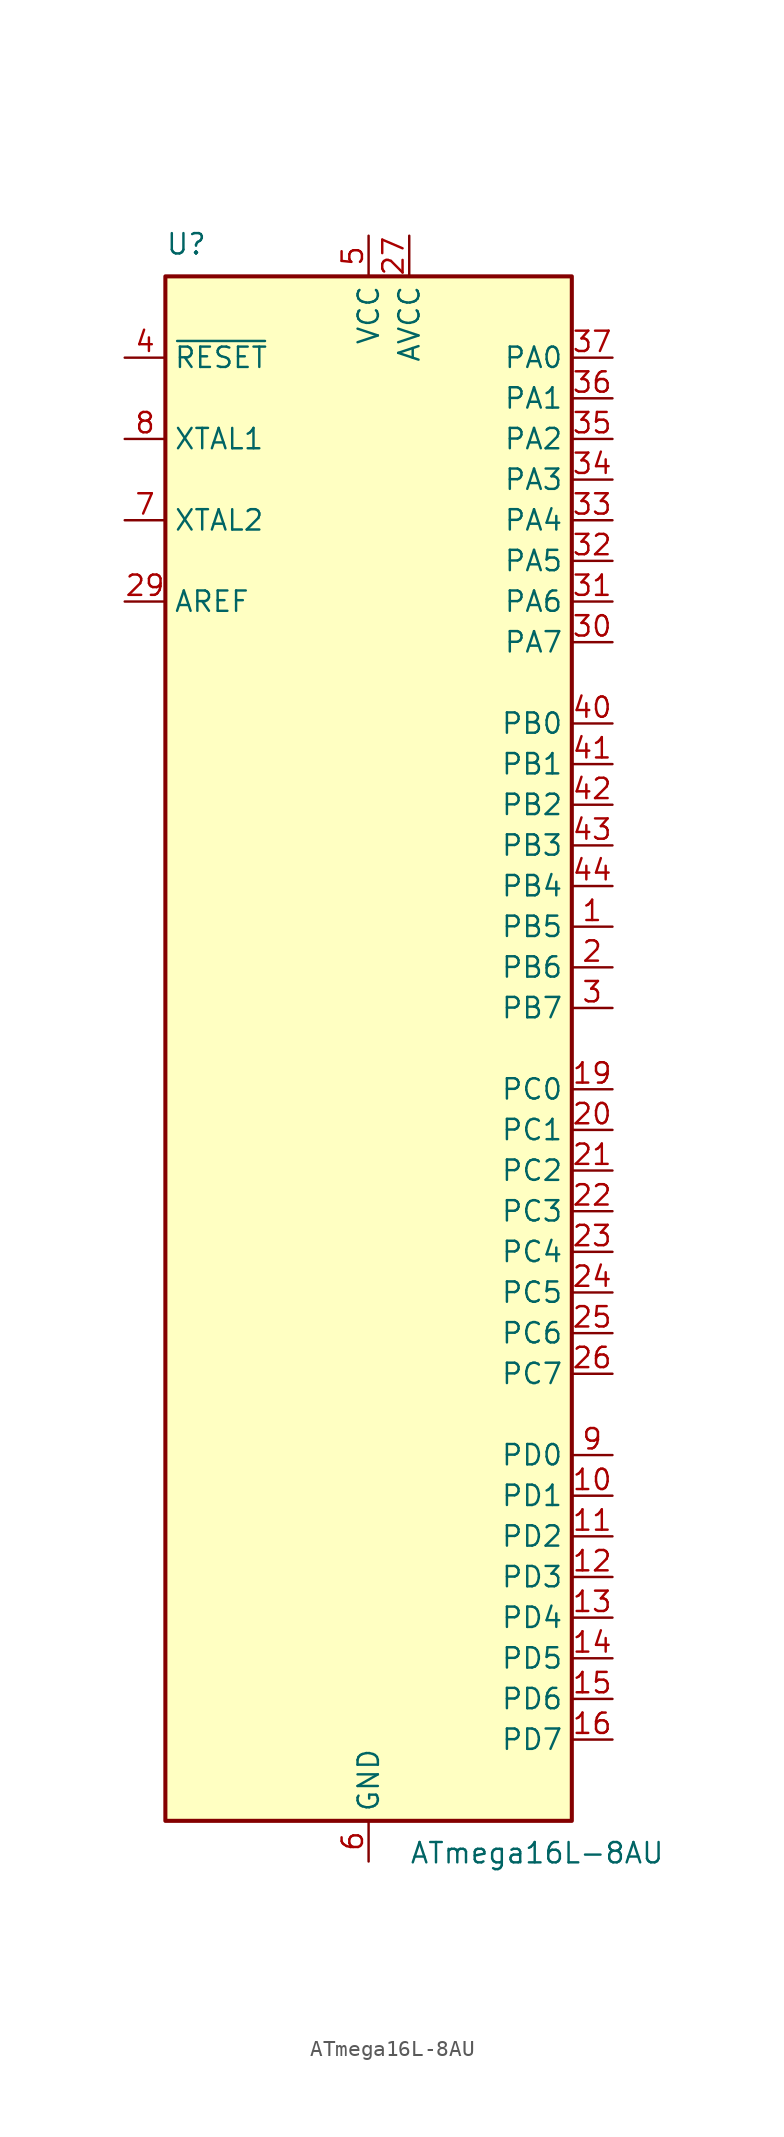
<source format=kicad_sym>
(kicad_symbol_lib
  (version 20201005)
  (generator kicad_symbol_editor)
  (symbol "ATmega16L-8AU"
    (property "Reference" "U"
      (at -12.7 49.53 0)
      (effects (font (size 1.27 1.27)) (justify left bottom)))
    (property "Value" "ATmega16L-8AU"
      (at 2.54 -49.53 0)
      (effects (font (size 1.27 1.27)) (justify left top)))
    (symbol "ATmega16L-8AU_0_1"
      (rectangle (start -12.7 -48.26) (end 12.7 48.26) (stroke (width 0.254)) (fill (type background))))
    (symbol "ATmega16L-8AU_1_1"
      (pin tri_state line (at 15.24 7.62 180) (length 2.54) (name "PB5" (effects (font (size 1.27 1.27)))) (number "1" (effects (font (size 1.27 1.27)))))
      (pin tri_state line (at 15.24 -27.94 180) (length 2.54) (name "PD1" (effects (font (size 1.27 1.27)))) (number "10" (effects (font (size 1.27 1.27)))))
      (pin tri_state line (at 15.24 -30.48 180) (length 2.54) (name "PD2" (effects (font (size 1.27 1.27)))) (number "11" (effects (font (size 1.27 1.27)))))
      (pin tri_state line (at 15.24 -33.02 180) (length 2.54) (name "PD3" (effects (font (size 1.27 1.27)))) (number "12" (effects (font (size 1.27 1.27)))))
      (pin tri_state line (at 15.24 -35.56 180) (length 2.54) (name "PD4" (effects (font (size 1.27 1.27)))) (number "13" (effects (font (size 1.27 1.27)))))
      (pin tri_state line (at 15.24 -38.1 180) (length 2.54) (name "PD5" (effects (font (size 1.27 1.27)))) (number "14" (effects (font (size 1.27 1.27)))))
      (pin tri_state line (at 15.24 -40.64 180) (length 2.54) (name "PD6" (effects (font (size 1.27 1.27)))) (number "15" (effects (font (size 1.27 1.27)))))
      (pin tri_state line (at 15.24 -43.18 180) (length 2.54) (name "PD7" (effects (font (size 1.27 1.27)))) (number "16" (effects (font (size 1.27 1.27)))))
      (pin passive line (at 0 50.8 270) (length 2.54) hide (name "VCC" (effects (font (size 1.27 1.27)))) (number "17" (effects (font (size 1.27 1.27)))))
      (pin passive line (at 0 -50.8 90) (length 2.54) hide (name "GND" (effects (font (size 1.27 1.27)))) (number "18" (effects (font (size 1.27 1.27)))))
      (pin tri_state line (at 15.24 -2.54 180) (length 2.54) (name "PC0" (effects (font (size 1.27 1.27)))) (number "19" (effects (font (size 1.27 1.27)))))
      (pin tri_state line (at 15.24 5.08 180) (length 2.54) (name "PB6" (effects (font (size 1.27 1.27)))) (number "2" (effects (font (size 1.27 1.27)))))
      (pin tri_state line (at 15.24 -5.08 180) (length 2.54) (name "PC1" (effects (font (size 1.27 1.27)))) (number "20" (effects (font (size 1.27 1.27)))))
      (pin tri_state line (at 15.24 -7.62 180) (length 2.54) (name "PC2" (effects (font (size 1.27 1.27)))) (number "21" (effects (font (size 1.27 1.27)))))
      (pin tri_state line (at 15.24 -10.16 180) (length 2.54) (name "PC3" (effects (font (size 1.27 1.27)))) (number "22" (effects (font (size 1.27 1.27)))))
      (pin tri_state line (at 15.24 -12.7 180) (length 2.54) (name "PC4" (effects (font (size 1.27 1.27)))) (number "23" (effects (font (size 1.27 1.27)))))
      (pin tri_state line (at 15.24 -15.24 180) (length 2.54) (name "PC5" (effects (font (size 1.27 1.27)))) (number "24" (effects (font (size 1.27 1.27)))))
      (pin tri_state line (at 15.24 -17.78 180) (length 2.54) (name "PC6" (effects (font (size 1.27 1.27)))) (number "25" (effects (font (size 1.27 1.27)))))
      (pin tri_state line (at 15.24 -20.32 180) (length 2.54) (name "PC7" (effects (font (size 1.27 1.27)))) (number "26" (effects (font (size 1.27 1.27)))))
      (pin power_in line (at 2.54 50.8 270) (length 2.54) (name "AVCC" (effects (font (size 1.27 1.27)))) (number "27" (effects (font (size 1.27 1.27)))))
      (pin passive line (at 0 -50.8 90) (length 2.54) hide (name "GND" (effects (font (size 1.27 1.27)))) (number "28" (effects (font (size 1.27 1.27)))))
      (pin passive line (at -15.24 27.94 0) (length 2.54) (name "AREF" (effects (font (size 1.27 1.27)))) (number "29" (effects (font (size 1.27 1.27)))))
      (pin tri_state line (at 15.24 2.54 180) (length 2.54) (name "PB7" (effects (font (size 1.27 1.27)))) (number "3" (effects (font (size 1.27 1.27)))))
      (pin tri_state line (at 15.24 25.4 180) (length 2.54) (name "PA7" (effects (font (size 1.27 1.27)))) (number "30" (effects (font (size 1.27 1.27)))))
      (pin tri_state line (at 15.24 27.94 180) (length 2.54) (name "PA6" (effects (font (size 1.27 1.27)))) (number "31" (effects (font (size 1.27 1.27)))))
      (pin tri_state line (at 15.24 30.48 180) (length 2.54) (name "PA5" (effects (font (size 1.27 1.27)))) (number "32" (effects (font (size 1.27 1.27)))))
      (pin tri_state line (at 15.24 33.02 180) (length 2.54) (name "PA4" (effects (font (size 1.27 1.27)))) (number "33" (effects (font (size 1.27 1.27)))))
      (pin tri_state line (at 15.24 35.56 180) (length 2.54) (name "PA3" (effects (font (size 1.27 1.27)))) (number "34" (effects (font (size 1.27 1.27)))))
      (pin tri_state line (at 15.24 38.1 180) (length 2.54) (name "PA2" (effects (font (size 1.27 1.27)))) (number "35" (effects (font (size 1.27 1.27)))))
      (pin tri_state line (at 15.24 40.64 180) (length 2.54) (name "PA1" (effects (font (size 1.27 1.27)))) (number "36" (effects (font (size 1.27 1.27)))))
      (pin tri_state line (at 15.24 43.18 180) (length 2.54) (name "PA0" (effects (font (size 1.27 1.27)))) (number "37" (effects (font (size 1.27 1.27)))))
      (pin passive line (at 0 50.8 270) (length 2.54) hide (name "VCC" (effects (font (size 1.27 1.27)))) (number "38" (effects (font (size 1.27 1.27)))))
      (pin passive line (at 0 -50.8 90) (length 2.54) hide (name "GND" (effects (font (size 1.27 1.27)))) (number "39" (effects (font (size 1.27 1.27)))))
      (pin input line (at -15.24 43.18 0) (length 2.54) (name "~RESET" (effects (font (size 1.27 1.27)))) (number "4" (effects (font (size 1.27 1.27)))))
      (pin tri_state line (at 15.24 20.32 180) (length 2.54) (name "PB0" (effects (font (size 1.27 1.27)))) (number "40" (effects (font (size 1.27 1.27)))))
      (pin tri_state line (at 15.24 17.78 180) (length 2.54) (name "PB1" (effects (font (size 1.27 1.27)))) (number "41" (effects (font (size 1.27 1.27)))))
      (pin tri_state line (at 15.24 15.24 180) (length 2.54) (name "PB2" (effects (font (size 1.27 1.27)))) (number "42" (effects (font (size 1.27 1.27)))))
      (pin tri_state line (at 15.24 12.7 180) (length 2.54) (name "PB3" (effects (font (size 1.27 1.27)))) (number "43" (effects (font (size 1.27 1.27)))))
      (pin tri_state line (at 15.24 10.16 180) (length 2.54) (name "PB4" (effects (font (size 1.27 1.27)))) (number "44" (effects (font (size 1.27 1.27)))))
      (pin power_in line (at 0 50.8 270) (length 2.54) (name "VCC" (effects (font (size 1.27 1.27)))) (number "5" (effects (font (size 1.27 1.27)))))
      (pin power_in line (at 0 -50.8 90) (length 2.54) (name "GND" (effects (font (size 1.27 1.27)))) (number "6" (effects (font (size 1.27 1.27)))))
      (pin output line (at -15.24 33.02 0) (length 2.54) (name "XTAL2" (effects (font (size 1.27 1.27)))) (number "7" (effects (font (size 1.27 1.27)))))
      (pin input line (at -15.24 38.1 0) (length 2.54) (name "XTAL1" (effects (font (size 1.27 1.27)))) (number "8" (effects (font (size 1.27 1.27)))))
      (pin tri_state line (at 15.24 -25.4 180) (length 2.54) (name "PD0" (effects (font (size 1.27 1.27)))) (number "9" (effects (font (size 1.27 1.27))))))))
</source>
